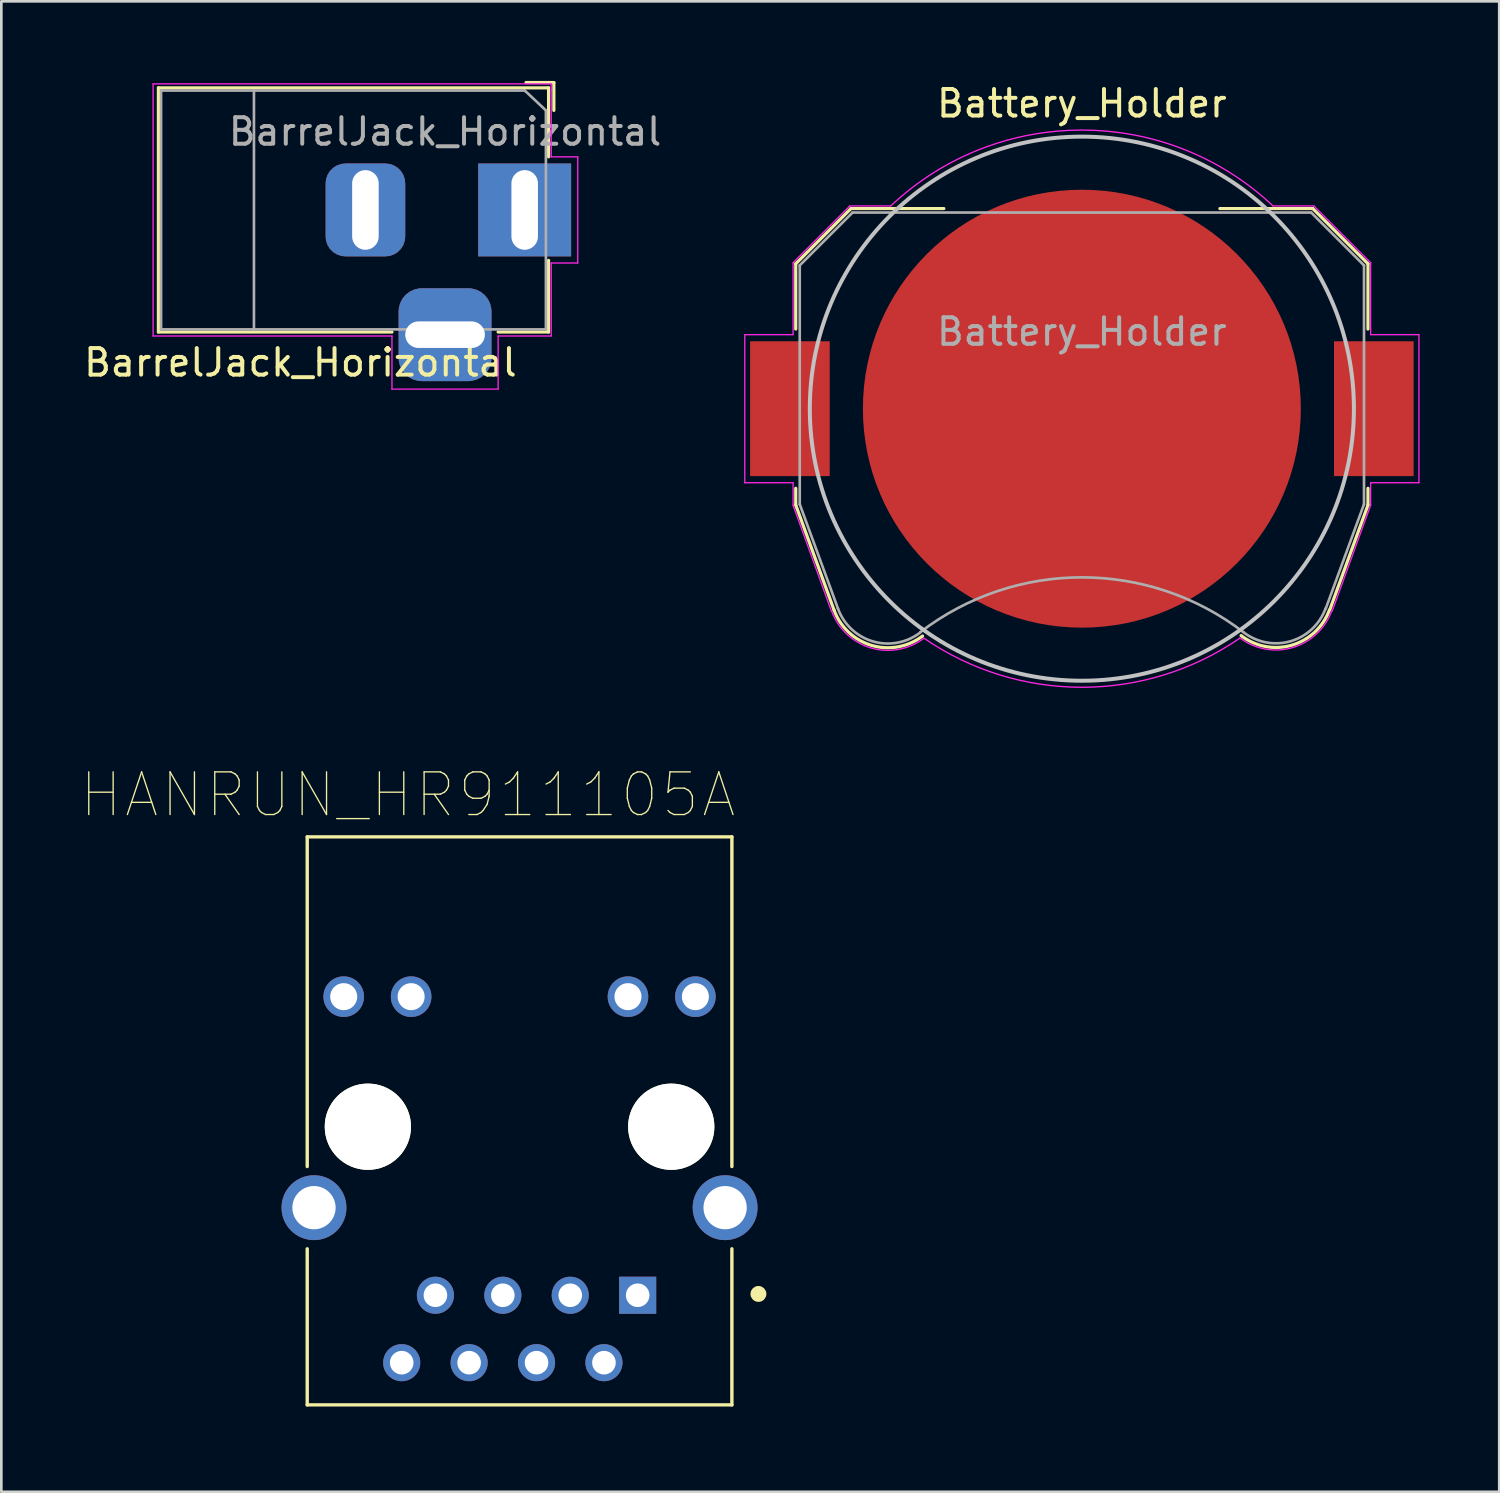
<source format=kicad_pcb>
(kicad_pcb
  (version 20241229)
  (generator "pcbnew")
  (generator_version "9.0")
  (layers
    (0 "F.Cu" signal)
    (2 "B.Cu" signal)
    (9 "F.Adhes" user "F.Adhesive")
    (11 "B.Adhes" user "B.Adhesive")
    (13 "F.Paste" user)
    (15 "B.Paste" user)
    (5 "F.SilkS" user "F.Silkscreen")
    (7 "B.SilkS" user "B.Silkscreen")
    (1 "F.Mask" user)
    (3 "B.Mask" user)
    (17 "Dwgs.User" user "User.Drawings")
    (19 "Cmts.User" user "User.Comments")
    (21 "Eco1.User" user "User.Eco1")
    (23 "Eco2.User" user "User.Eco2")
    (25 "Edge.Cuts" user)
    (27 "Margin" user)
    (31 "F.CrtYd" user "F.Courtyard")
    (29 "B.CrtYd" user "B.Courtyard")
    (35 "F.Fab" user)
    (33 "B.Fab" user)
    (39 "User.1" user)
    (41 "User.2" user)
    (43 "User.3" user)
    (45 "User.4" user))
  (footprint "Battery_Holder"
    (layer "F.Cu")
    (at 37.711 12.348)
    (property "Reference" "Battery_Holder" (at 0 -11.5 180) (layer "F.SilkS") (effects (font (size 1 1) (thickness 0.15))))
    (attr smd)
    (fp_line (start -10.78 -5.46) (end -10.78 -3) (stroke (width 0.12) (type solid)) (layer "F.SilkS"))
    (fp_line (start -10.78 3) (end -10.78 3.63) (stroke (width 0.12) (type solid)) (layer "F.SilkS"))
    (fp_line (start -10.78 3.63) (end -9.34 7.58) (stroke (width 0.12) (type solid)) (layer "F.SilkS"))
    (fp_line (start -8.7 -7.54) (end -10.78 -5.46) (stroke (width 0.12) (type solid)) (layer "F.SilkS"))
    (fp_line (start -5.2 -7.54) (end -8.7 -7.54) (stroke (width 0.12) (type solid)) (layer "F.SilkS"))
    (fp_line (start 8.7 -7.54) (end 5.2 -7.54) (stroke (width 0.12) (type solid)) (layer "F.SilkS"))
    (fp_line (start 8.7 -7.54) (end 10.78 -5.46) (stroke (width 0.12) (type solid)) (layer "F.SilkS"))
    (fp_line (start 10.78 -5.46) (end 10.78 -3) (stroke (width 0.12) (type solid)) (layer "F.SilkS"))
    (fp_line (start 10.78 3) (end 10.78 3.63) (stroke (width 0.12) (type solid)) (layer "F.SilkS"))
    (fp_line (start 10.78 3.63) (end 9.34 7.58) (stroke (width 0.12) (type solid)) (layer "F.SilkS"))
    (fp_arc (start -6.003354 8.56653) (mid -7.921654 8.918738) (end -9.34 7.58) (stroke (width 0.12) (type solid)) (layer "F.SilkS"))
    (fp_arc (start 9.325243 7.588169) (mid 7.90634 8.911668) (end 6 8.55) (stroke (width 0.12) (type solid)) (layer "F.SilkS"))
    (fp_circle (center 0 0) (end 0 10.25) (stroke (width 0.15) (type solid)) (fill no) (layer "Dwgs.User"))
    (fp_line (start -12.7 -2.79) (end -12.7 2.79) (stroke (width 0.05) (type solid)) (layer "F.CrtYd"))
    (fp_line (start -12.7 2.79) (end -10.88 2.79) (stroke (width 0.05) (type solid)) (layer "F.CrtYd"))
    (fp_line (start -10.88 -5.5) (end -10.88 -2.79) (stroke (width 0.05) (type solid)) (layer "F.CrtYd"))
    (fp_line (start -10.88 -2.79) (end -12.7 -2.79) (stroke (width 0.05) (type solid)) (layer "F.CrtYd"))
    (fp_line (start -10.88 2.79) (end -10.88 3.64) (stroke (width 0.05) (type solid)) (layer "F.CrtYd"))
    (fp_line (start -10.88 3.64) (end -9.44 7.62) (stroke (width 0.05) (type solid)) (layer "F.CrtYd"))
    (fp_line (start -8.74 -7.64) (end -10.88 -5.5) (stroke (width 0.05) (type solid)) (layer "F.CrtYd"))
    (fp_line (start -7.2 -7.64) (end -8.74 -7.64) (stroke (width 0.05) (type solid)) (layer "F.CrtYd"))
    (fp_line (start 8.74 -7.64) (end 7.2 -7.64) (stroke (width 0.05) (type solid)) (layer "F.CrtYd"))
    (fp_line (start 9.43 7.63) (end 10.88 3.64) (stroke (width 0.05) (type solid)) (layer "F.CrtYd"))
    (fp_line (start 10.88 -5.5) (end 8.74 -7.64) (stroke (width 0.05) (type solid)) (layer "F.CrtYd"))
    (fp_line (start 10.88 -2.79) (end 10.88 -5.5) (stroke (width 0.05) (type solid)) (layer "F.CrtYd"))
    (fp_line (start 10.88 2.79) (end 12.7 2.79) (stroke (width 0.05) (type solid)) (layer "F.CrtYd"))
    (fp_line (start 10.88 3.64) (end 10.88 2.79) (stroke (width 0.05) (type solid)) (layer "F.CrtYd"))
    (fp_line (start 12.7 -2.79) (end 10.88 -2.79) (stroke (width 0.05) (type solid)) (layer "F.CrtYd"))
    (fp_line (start 12.7 2.79) (end 12.7 -2.79) (stroke (width 0.05) (type solid)) (layer "F.CrtYd"))
    (fp_arc (start -7.199546 -7.640427) (mid 0.000312 -10.498075) (end 7.2 -7.64) (stroke (width 0.05) (type solid)) (layer "F.CrtYd"))
    (fp_arc (start -5.956965 8.654604) (mid -7.953941 9.011629) (end -9.43 7.62) (stroke (width 0.05) (type solid)) (layer "F.CrtYd"))
    (fp_arc (start 5.945368 8.650075) (mid -0.008883 10.496243) (end -5.96 8.64) (stroke (width 0.05) (type solid)) (layer "F.CrtYd"))
    (fp_arc (start 9.415144 7.621341) (mid 7.944017 9.000493) (end 5.96 8.64) (stroke (width 0.05) (type solid)) (layer "F.CrtYd"))
    (fp_line (start -10.63 -5.4) (end -8.64 -7.39) (stroke (width 0.1) (type solid)) (layer "F.Fab"))
    (fp_line (start -10.63 3.6) (end -10.63 -5.4) (stroke (width 0.1) (type solid)) (layer "F.Fab"))
    (fp_line (start -9.19 7.53) (end -10.63 3.6) (stroke (width 0.1) (type solid)) (layer "F.Fab"))
    (fp_line (start -8.64 -7.39) (end 8.64 -7.39) (stroke (width 0.1) (type solid)) (layer "F.Fab"))
    (fp_line (start 8.64 -7.39) (end 10.63 -5.4) (stroke (width 0.1) (type solid)) (layer "F.Fab"))
    (fp_line (start 10.63 -5.4) (end 10.63 3.6) (stroke (width 0.1) (type solid)) (layer "F.Fab"))
    (fp_line (start 10.63 3.6) (end 9.19 7.53) (stroke (width 0.1) (type solid)) (layer "F.Fab"))
    (fp_arc (start -6.096146 8.438508) (mid -7.87328 8.768206) (end -9.19 7.53) (stroke (width 0.1) (type solid)) (layer "F.Fab"))
    (fp_arc (start -6.094852 8.426043) (mid 0.003247 6.355257) (end 6.1 8.43) (stroke (width 0.1) (type solid)) (layer "F.Fab"))
    (fp_arc (start 9.180727 7.528882) (mid 7.868698 8.760067) (end 6.1 8.43) (stroke (width 0.1) (type solid)) (layer "F.Fab"))
    (fp_text user "${REFERENCE}" (at 0 -2.9 180) (layer "F.Fab") (effects (font (size 1 1) (thickness 0.15))))
    (pad "1" smd rect (at -11 0) (size 3 5.08) (layers "F.Cu" "F.Mask" "F.Paste"))
    (pad "1" smd rect (at 11 0) (size 3 5.08) (layers "F.Cu" "F.Mask" "F.Paste"))
    (pad "2" smd circle (at 0 0) (size 16.5 16.5) (layers "F.Cu" "F.Mask")))
  (footprint "BarrelJack_Horizontal"
    (layer "F.Cu")
    (at 16.718 4.86)
    (property "Reference" "BarrelJack_Horizontal" (at -8.45 5.75 0) (layer "F.SilkS") (effects (font (size 1 1) (thickness 0.15))))
    (attr through_hole)
    (fp_line (start -13.8 -4.6) (end 0.9 -4.6) (stroke (width 0.12) (type solid)) (layer "F.SilkS"))
    (fp_line (start -13.8 4.6) (end -13.8 -4.6) (stroke (width 0.12) (type solid)) (layer "F.SilkS"))
    (fp_line (start -5 4.6) (end -13.8 4.6) (stroke (width 0.12) (type solid)) (layer "F.SilkS"))
    (fp_line (start 0.05 -4.8) (end 1.1 -4.8) (stroke (width 0.12) (type solid)) (layer "F.SilkS"))
    (fp_line (start 0.9 -4.6) (end 0.9 -2) (stroke (width 0.12) (type solid)) (layer "F.SilkS"))
    (fp_line (start 0.9 1.9) (end 0.9 4.6) (stroke (width 0.12) (type solid)) (layer "F.SilkS"))
    (fp_line (start 0.9 4.6) (end -1 4.6) (stroke (width 0.12) (type solid)) (layer "F.SilkS"))
    (fp_line (start 1.1 -3.75) (end 1.1 -4.8) (stroke (width 0.12) (type solid)) (layer "F.SilkS"))
    (fp_line (start -14 4.75) (end -14 -4.75) (stroke (width 0.05) (type solid)) (layer "F.CrtYd"))
    (fp_line (start -5 4.75) (end -14 4.75) (stroke (width 0.05) (type solid)) (layer "F.CrtYd"))
    (fp_line (start -5 6.75) (end -5 4.75) (stroke (width 0.05) (type solid)) (layer "F.CrtYd"))
    (fp_line (start -1 4.75) (end -1 6.75) (stroke (width 0.05) (type solid)) (layer "F.CrtYd"))
    (fp_line (start -1 6.75) (end -5 6.75) (stroke (width 0.05) (type solid)) (layer "F.CrtYd"))
    (fp_line (start 1 -4.75) (end -14 -4.75) (stroke (width 0.05) (type solid)) (layer "F.CrtYd"))
    (fp_line (start 1 -4.5) (end 1 -4.75) (stroke (width 0.05) (type solid)) (layer "F.CrtYd"))
    (fp_line (start 1 -4.5) (end 1 -2) (stroke (width 0.05) (type solid)) (layer "F.CrtYd"))
    (fp_line (start 1 -2) (end 2 -2) (stroke (width 0.05) (type solid)) (layer "F.CrtYd"))
    (fp_line (start 1 2) (end 1 4.75) (stroke (width 0.05) (type solid)) (layer "F.CrtYd"))
    (fp_line (start 1 4.75) (end -1 4.75) (stroke (width 0.05) (type solid)) (layer "F.CrtYd"))
    (fp_line (start 2 -2) (end 2 2) (stroke (width 0.05) (type solid)) (layer "F.CrtYd"))
    (fp_line (start 2 2) (end 1 2) (stroke (width 0.05) (type solid)) (layer "F.CrtYd"))
    (fp_line (start -13.7 -4.5) (end -13.7 4.5) (stroke (width 0.1) (type solid)) (layer "F.Fab"))
    (fp_line (start -13.7 4.5) (end 0.8 4.5) (stroke (width 0.1) (type solid)) (layer "F.Fab"))
    (fp_line (start -10.2 -4.5) (end -10.2 4.5) (stroke (width 0.1) (type solid)) (layer "F.Fab"))
    (fp_line (start -0.003 -4.505) (end 0.8 -3.75) (stroke (width 0.1) (type solid)) (layer "F.Fab"))
    (fp_line (start 0 -4.5) (end -13.7 -4.5) (stroke (width 0.1) (type solid)) (layer "F.Fab"))
    (fp_line (start 0.8 4.5) (end 0.8 -3.75) (stroke (width 0.1) (type solid)) (layer "F.Fab"))
    (fp_text user "${REFERENCE}" (at -3 -2.95 0) (layer "F.Fab") (effects (font (size 1 1) (thickness 0.15))))
    (pad "1" thru_hole rect (at 0 0) (size 3.5 3.5) (drill oval 1 3) (layers "*.Cu" "*.Mask"))
    (pad "2" thru_hole roundrect (at -6 0) (size 3 3.5) (drill oval 1 3) (layers "*.Cu" "*.Mask") (roundrect_rratio 0.25))
    (pad "3" thru_hole roundrect (at -3 4.7) (size 3.5 3.5) (drill oval 3 1) (layers "*.Cu" "*.Mask") (roundrect_rratio 0.25)))
  (footprint "HANRUN_HR911105A"
    (layer "F.Cu")
    (at 16.525 39.401)
    (property "Reference" "HANRUN_HR911105A" (at -4.209 -12.503 0) (layer "F.SilkS") (effects (font (size 1.608 1.608) (thickness 0.05))))
    (attr through_hole)
    (fp_line (start -8 -10.92) (end -8 1.5) (stroke (width 0.127) (type solid)) (layer "F.SilkS"))
    (fp_line (start -8 4.6) (end -8 10.48) (stroke (width 0.127) (type solid)) (layer "F.SilkS"))
    (fp_line (start 8 -10.92) (end -8 -10.92) (stroke (width 0.127) (type solid)) (layer "F.SilkS"))
    (fp_line (start 8 -10.92) (end 8 1.5) (stroke (width 0.127) (type solid)) (layer "F.SilkS"))
    (fp_line (start 8 4.6) (end 8 10.48) (stroke (width 0.127) (type solid)) (layer "F.SilkS"))
    (fp_line (start 8 10.48) (end -8 10.48) (stroke (width 0.127) (type solid)) (layer "F.SilkS"))
    (fp_circle (center 9 6.3) (end 9.15 6.3) (stroke (width 0.3) (type solid)) (fill no) (layer "F.SilkS"))
    (fp_line (start -9.25 -11.17) (end -9.25 10.73) (stroke (width 0.05) (type solid)) (layer "Eco1.User"))
    (fp_line (start -9.25 10.73) (end 9.25 10.73) (stroke (width 0.05) (type solid)) (layer "Eco1.User"))
    (fp_line (start 9.25 -11.17) (end -9.25 -11.17) (stroke (width 0.05) (type solid)) (layer "Eco1.User"))
    (fp_line (start 9.25 10.73) (end 9.25 -11.17) (stroke (width 0.05) (type solid)) (layer "Eco1.User"))
    (fp_line (start -8 -10.92) (end -8 10.48) (stroke (width 0.127) (type solid)) (layer "Eco2.User"))
    (fp_line (start -8 10.48) (end 8 10.48) (stroke (width 0.127) (type solid)) (layer "Eco2.User"))
    (fp_line (start 8 -10.92) (end -8 -10.92) (stroke (width 0.127) (type solid)) (layer "Eco2.User"))
    (fp_line (start 8 10.48) (end 8 -10.92) (stroke (width 0.127) (type solid)) (layer "Eco2.User"))
    (fp_circle (center 5.8 6.3) (end 5.95 6.3) (stroke (width 0.3) (type solid)) (fill no) (layer "Eco2.User"))
    (pad "" np_thru_hole circle (at -5.715 0) (size 3.25 3.25) (drill 3.25) (layers "*.Cu" "*.Mask" "F.SilkS"))
    (pad "" np_thru_hole circle (at 5.715 0) (size 3.25 3.25) (drill 3.25) (layers "*.Cu" "*.Mask" "F.SilkS"))
    (pad "1" thru_hole rect (at 4.45 6.35 180) (size 1.398 1.398) (drill 0.89) (layers "*.Cu" "*.Mask"))
    (pad "2" thru_hole circle (at 3.18 8.89 180) (size 1.398 1.398) (drill 0.89) (layers "*.Cu" "*.Mask"))
    (pad "3" thru_hole circle (at 1.91 6.35 180) (size 1.398 1.398) (drill 0.89) (layers "*.Cu" "*.Mask"))
    (pad "4" thru_hole circle (at 0.64 8.89 180) (size 1.398 1.398) (drill 0.89) (layers "*.Cu" "*.Mask"))
    (pad "5" thru_hole circle (at -0.63 6.35 180) (size 1.398 1.398) (drill 0.89) (layers "*.Cu" "*.Mask"))
    (pad "6" thru_hole circle (at -1.9 8.89 180) (size 1.398 1.398) (drill 0.89) (layers "*.Cu" "*.Mask"))
    (pad "7" thru_hole circle (at -3.17 6.35 180) (size 1.398 1.398) (drill 0.89) (layers "*.Cu" "*.Mask"))
    (pad "8" thru_hole circle (at -4.44 8.89 180) (size 1.398 1.398) (drill 0.89) (layers "*.Cu" "*.Mask"))
    (pad "9" thru_hole circle (at 6.625 -4.9 180) (size 1.53 1.53) (drill 1.02) (layers "*.Cu" "*.Mask"))
    (pad "10" thru_hole circle (at 4.085 -4.9 180) (size 1.53 1.53) (drill 1.02) (layers "*.Cu" "*.Mask"))
    (pad "11" thru_hole circle (at -4.085 -4.9 180) (size 1.53 1.53) (drill 1.02) (layers "*.Cu" "*.Mask"))
    (pad "12" thru_hole circle (at -6.625 -4.9 180) (size 1.53 1.53) (drill 1.02) (layers "*.Cu" "*.Mask"))
    (pad "15" thru_hole circle (at 7.745 3.05 270) (size 2.445 2.445) (drill 1.63) (layers "*.Cu" "*.Mask"))
    (pad "16" thru_hole circle (at -7.745 3.05 270) (size 2.445 2.445) (drill 1.63) (layers "*.Cu" "*.Mask")))
  (gr_rect
    (start -3 -3)
    (end 53.436 53.156)
    (stroke (width 0.1) (type default))
    (fill no)
    (layer "Edge.Cuts")))
</source>
